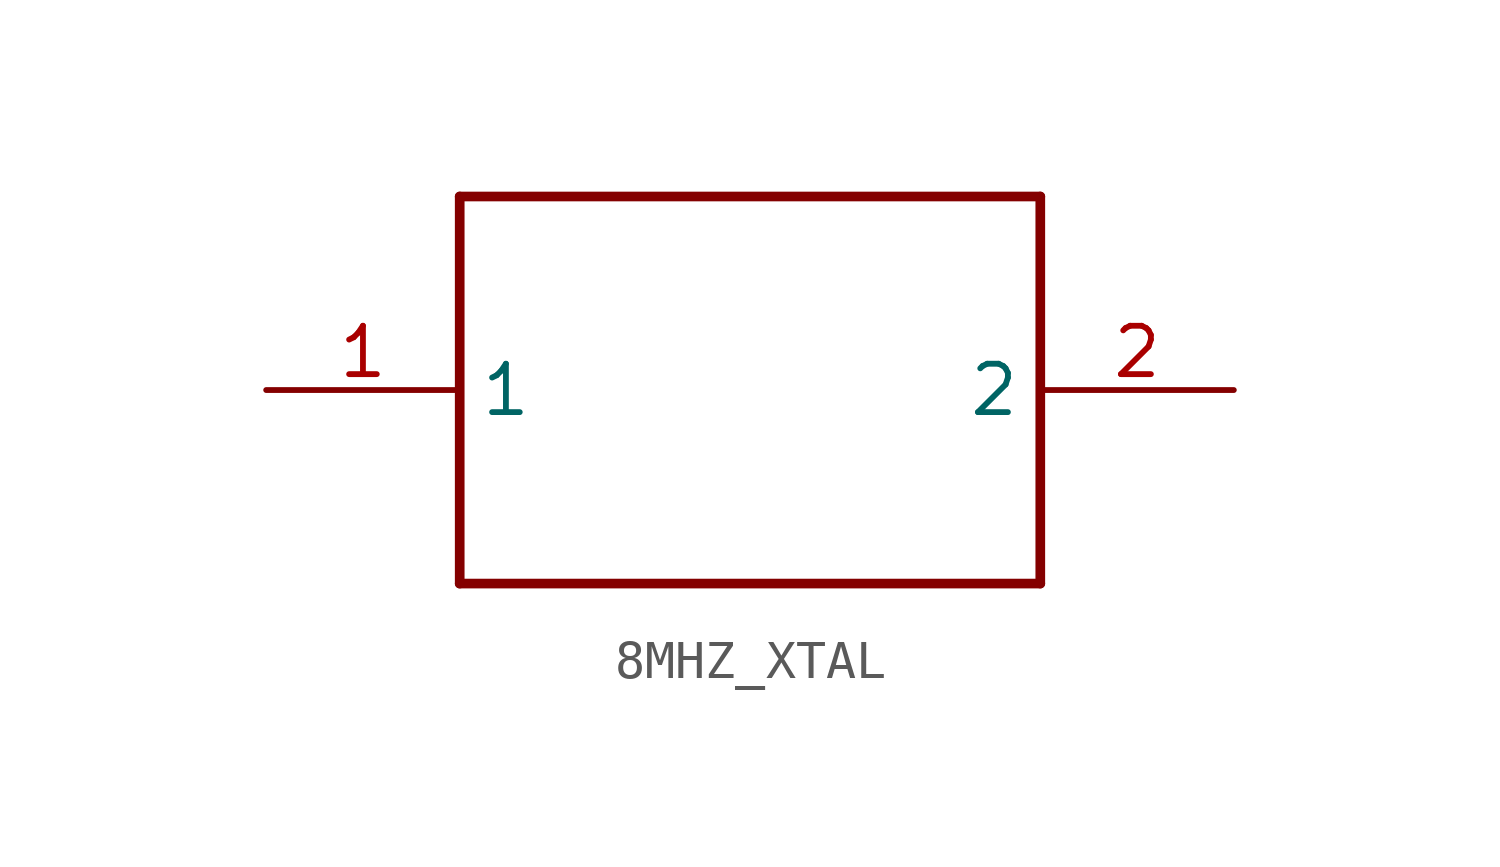
<source format=kicad_sym>
(kicad_symbol_lib
  (version 20220914)
  (generator kicad_symbol_editor)
  (symbol "8MHZ_XTAL"
    (property "Reference" ""
      (at 0 0 0)
      (effects (font (size 1.27 1.27)) hide))
    (property "ki_locked" ""
      (at 0 0 0)
      (effects (font (size 1.27 1.27))))
    (symbol "8MHZ_XTAL_1_0"
      (polyline (pts (xy -7.62 -5.08) (xy -7.62 5.08)) (stroke (width 0.254) (type solid)) (fill (type none)))
      (polyline (pts (xy -7.62 5.08) (xy 7.62 5.08)) (stroke (width 0.254) (type solid)) (fill (type none)))
      (polyline (pts (xy 7.62 -5.08) (xy -7.62 -5.08)) (stroke (width 0.254) (type solid)) (fill (type none)))
      (polyline (pts (xy 7.62 5.08) (xy 7.62 -5.08)) (stroke (width 0.254) (type solid)) (fill (type none)))
      (pin bidirectional line (at -12.7 0 0) (length 5.08) (name "1" (effects (font (size 1.27 1.27)))) (number "1" (effects (font (size 1.27 1.27)))))
      (pin bidirectional line (at 12.7 0 180) (length 5.08) (name "2" (effects (font (size 1.27 1.27)))) (number "2" (effects (font (size 1.27 1.27))))))))
</source>
